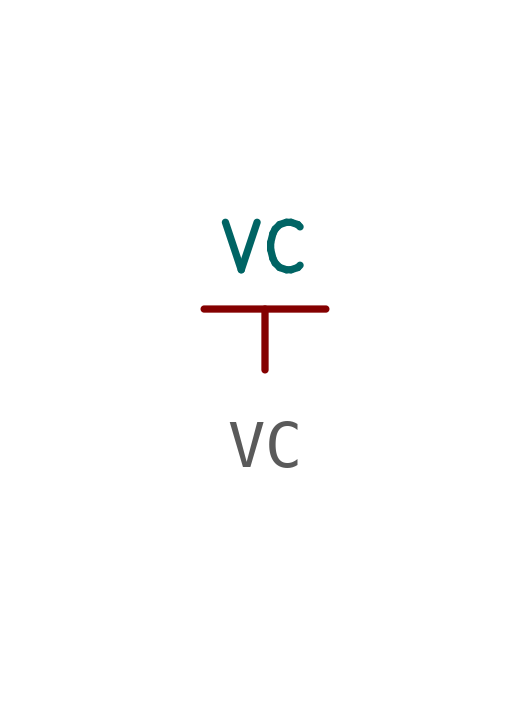
<source format=kicad_sym>
(kicad_symbol_lib
  (version 20220914)
  (generator kicad_symbol_editor)
  (symbol "VC"
    (power)
    (pin_numbers hide)
    (pin_names
      (offset 0) hide)
    (property "Reference" "#PWR"
      (at 0 -2.54 0)
      (effects (font (size 1.524 1.524)) hide))
    (property "Value" "VC"
      (at 0 1.27 0)
      (effects (font (size 0.991 0.991))))
    (property "Footprint" ""
      (at 0 0 0)
      (effects (font (size 1.524 1.524))))
    (property "Datasheet" ""
      (at 0 0 0)
      (effects (font (size 1.524 1.524))))
    (symbol "VC_0_1"
      (polyline (pts (xy -1.27 0) (xy 1.27 0)) (stroke (width 0) (type default)) (fill (type none))))
    (symbol "VC_1_1"
      (pin power_in line (at 0 -1.27 90) (length 1.27) (name "VC" (effects (font (size 1.27 1.27)))) (number "1" (effects (font (size 1.27 1.27))))))))
</source>
